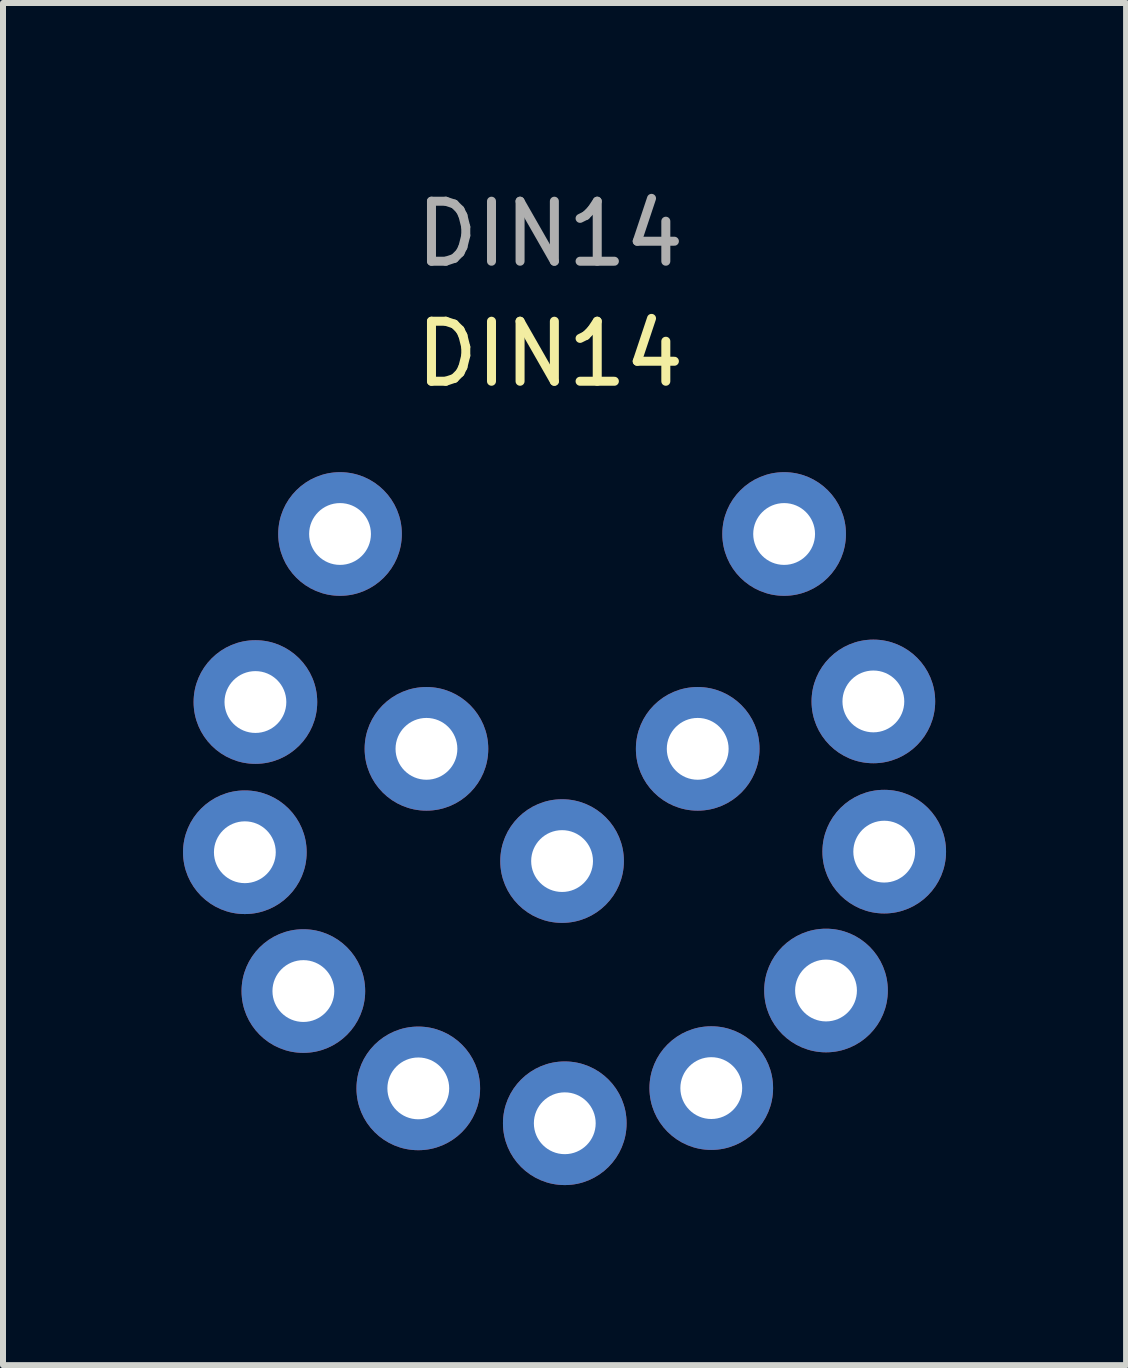
<source format=kicad_pcb>
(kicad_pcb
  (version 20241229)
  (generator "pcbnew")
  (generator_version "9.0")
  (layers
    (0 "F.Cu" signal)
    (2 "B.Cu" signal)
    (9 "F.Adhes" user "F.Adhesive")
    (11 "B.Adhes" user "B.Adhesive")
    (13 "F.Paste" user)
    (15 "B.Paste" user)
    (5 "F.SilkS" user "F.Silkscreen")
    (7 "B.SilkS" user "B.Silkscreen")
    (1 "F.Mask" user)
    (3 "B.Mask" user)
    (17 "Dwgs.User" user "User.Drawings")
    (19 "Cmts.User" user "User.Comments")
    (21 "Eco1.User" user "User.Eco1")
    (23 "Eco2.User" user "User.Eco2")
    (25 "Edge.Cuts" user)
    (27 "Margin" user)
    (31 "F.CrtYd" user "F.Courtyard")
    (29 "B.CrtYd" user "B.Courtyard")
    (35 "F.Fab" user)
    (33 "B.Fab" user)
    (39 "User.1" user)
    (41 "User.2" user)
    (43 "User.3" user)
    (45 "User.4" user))
  (footprint "DIN14"
    (layer "F.Cu")
    (at 6.316 4.081)
    (property "Reference" "DIN14" (at -0.2 -1.233 0) (unlocked yes) (layer "F.SilkS") (effects (font (size 1 1) (thickness 0.15))))
    (fp_text user "${REFERENCE}" (at -0.2 -3.233 0) (unlocked yes) (layer "F.Fab") (effects (font (size 1 1) (thickness 0.15))))
    (pad "1" thru_hole circle (at 0.045 11.586 180) (size 2.06 2.06) (drill 1.03) (layers "*.Cu" "*.Mask"))
    (pad "2" thru_hole circle (at -2.396 11.005 180) (size 2.06 2.06) (drill 1.03) (layers "*.Cu" "*.Mask"))
    (pad "3" thru_hole circle (at 2.486 11 180) (size 2.06 2.06) (drill 1.03) (layers "*.Cu" "*.Mask"))
    (pad "4" thru_hole circle (at -4.311 9.383 180) (size 2.06 2.06) (drill 1.03) (layers "*.Cu" "*.Mask"))
    (pad "5" thru_hole circle (at 4.398 9.374 180) (size 2.06 2.06) (drill 1.03) (layers "*.Cu" "*.Mask"))
    (pad "6" thru_hole circle (at -5.286 7.07 180) (size 2.06 2.06) (drill 1.03) (layers "*.Cu" "*.Mask"))
    (pad "7" thru_hole circle (at 5.368 7.06 180) (size 2.06 2.06) (drill 1.03) (layers "*.Cu" "*.Mask"))
    (pad "8" thru_hole circle (at -5.11 4.567 180) (size 2.06 2.06) (drill 1.03) (layers "*.Cu" "*.Mask"))
    (pad "9" thru_hole circle (at 5.187 4.557 180) (size 2.06 2.06) (drill 1.03) (layers "*.Cu" "*.Mask"))
    (pad "10" thru_hole circle (at -3.7 1.767 180) (size 2.06 2.06) (drill 1.03) (layers "*.Cu" "*.Mask"))
    (pad "11" thru_hole circle (at 3.7 1.767 180) (size 2.06 2.06) (drill 1.03) (layers "*.Cu" "*.Mask"))
    (pad "12" thru_hole circle (at -2.26 5.347 180) (size 2.06 2.06) (drill 1.03) (layers "*.Cu" "*.Mask"))
    (pad "13" thru_hole circle (at 2.26 5.347 180) (size 2.06 2.06) (drill 1.03) (layers "*.Cu" "*.Mask"))
    (pad "14" thru_hole circle (at 0 7.217 180) (size 2.06 2.06) (drill 1.03) (layers "*.Cu" "*.Mask")))
  (gr_rect
    (start -3 -3)
    (end 15.714 19.697)
    (stroke (width 0.1) (type default))
    (fill no)
    (layer "Edge.Cuts")))
</source>
